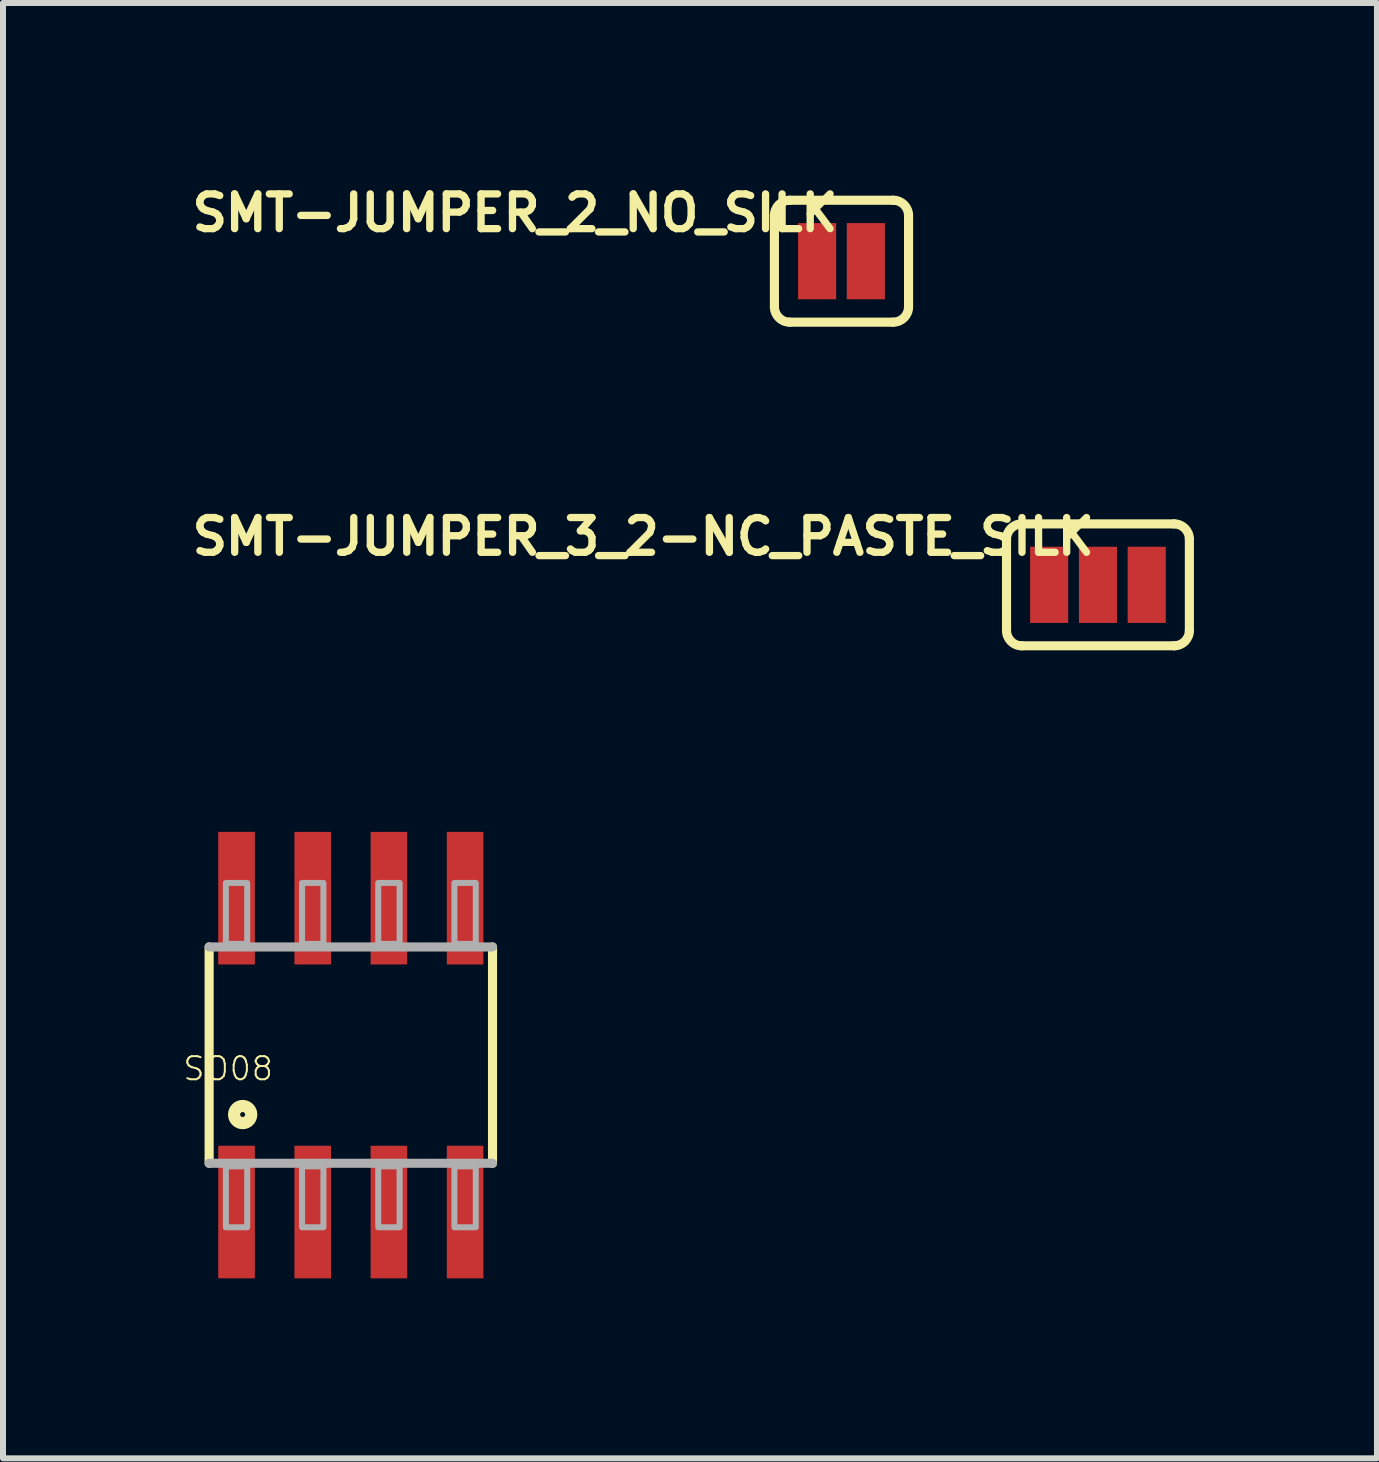
<source format=kicad_pcb>
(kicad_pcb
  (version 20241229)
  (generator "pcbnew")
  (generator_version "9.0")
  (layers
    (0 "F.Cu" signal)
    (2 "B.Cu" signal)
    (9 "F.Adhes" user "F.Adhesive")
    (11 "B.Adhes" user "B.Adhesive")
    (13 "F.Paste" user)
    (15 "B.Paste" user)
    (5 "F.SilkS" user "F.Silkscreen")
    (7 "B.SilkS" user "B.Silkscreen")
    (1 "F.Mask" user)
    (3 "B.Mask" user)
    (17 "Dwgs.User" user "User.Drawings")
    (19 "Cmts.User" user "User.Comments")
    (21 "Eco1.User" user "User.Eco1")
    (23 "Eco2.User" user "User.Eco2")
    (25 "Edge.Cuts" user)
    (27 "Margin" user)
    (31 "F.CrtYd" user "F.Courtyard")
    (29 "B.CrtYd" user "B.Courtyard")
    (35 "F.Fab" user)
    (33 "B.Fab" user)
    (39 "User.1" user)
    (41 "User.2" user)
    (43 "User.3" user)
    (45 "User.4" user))
  (footprint "SO08"
    (layer "F.Cu")
    (at 2.798 14.538)
    (property "Reference" "SO08" (at -1.27 0 0) (layer "F.SilkS") (effects (font (size 0.386 0.386) (thickness 0.033)) (justify right top)))
    (attr through_hole)
    (fp_line (start -2.362 -1.803) (end -2.362 1.803) (stroke (width 0.152) (type solid)) (layer "F.SilkS"))
    (fp_line (start 2.362 1.803) (end 2.362 -1.803) (stroke (width 0.152) (type solid)) (layer "F.SilkS"))
    (fp_circle (center -1.803 0.991) (end -1.66 0.991) (stroke (width 0.203) (type solid)) (fill no) (layer "F.SilkS"))
    (fp_line (start -2.362 1.803) (end 2.362 1.803) (stroke (width 0.152) (type solid)) (layer "F.Fab"))
    (fp_line (start 2.362 -1.803) (end -2.362 -1.803) (stroke (width 0.152) (type solid)) (layer "F.Fab"))
    (fp_poly (pts (xy -2.083 -1.854) (xy -1.727 -1.854) (xy -1.727 -2.87) (xy -2.083 -2.87)) (stroke (width 0.1) (type solid)) (fill no) (layer "F.Fab"))
    (fp_poly (pts (xy -2.083 2.87) (xy -1.727 2.87) (xy -1.727 1.854) (xy -2.083 1.854)) (stroke (width 0.1) (type solid)) (fill no) (layer "F.Fab"))
    (fp_poly (pts (xy -0.813 -1.854) (xy -0.457 -1.854) (xy -0.457 -2.87) (xy -0.813 -2.87)) (stroke (width 0.1) (type solid)) (fill no) (layer "F.Fab"))
    (fp_poly (pts (xy -0.813 2.87) (xy -0.457 2.87) (xy -0.457 1.854) (xy -0.813 1.854)) (stroke (width 0.1) (type solid)) (fill no) (layer "F.Fab"))
    (fp_poly (pts (xy 0.457 -1.854) (xy 0.813 -1.854) (xy 0.813 -2.87) (xy 0.457 -2.87)) (stroke (width 0.1) (type solid)) (fill no) (layer "F.Fab"))
    (fp_poly (pts (xy 0.457 2.87) (xy 0.813 2.87) (xy 0.813 1.854) (xy 0.457 1.854)) (stroke (width 0.1) (type solid)) (fill no) (layer "F.Fab"))
    (fp_poly (pts (xy 1.727 -1.854) (xy 2.083 -1.854) (xy 2.083 -2.87) (xy 1.727 -2.87)) (stroke (width 0.1) (type solid)) (fill no) (layer "F.Fab"))
    (fp_poly (pts (xy 1.727 2.87) (xy 2.083 2.87) (xy 2.083 1.854) (xy 1.727 1.854)) (stroke (width 0.1) (type solid)) (fill no) (layer "F.Fab"))
    (pad "1" smd rect (at -1.905 2.616) (size 0.61 2.21) (layers "F.Cu" "F.Mask" "F.Paste"))
    (pad "2" smd rect (at -0.635 2.616) (size 0.61 2.21) (layers "F.Cu" "F.Mask" "F.Paste"))
    (pad "3" smd rect (at 0.635 2.616) (size 0.61 2.21) (layers "F.Cu" "F.Mask" "F.Paste"))
    (pad "4" smd rect (at 1.905 2.616) (size 0.61 2.21) (layers "F.Cu" "F.Mask" "F.Paste"))
    (pad "5" smd rect (at 1.905 -2.616) (size 0.61 2.21) (layers "F.Cu" "F.Mask" "F.Paste"))
    (pad "6" smd rect (at 0.635 -2.616) (size 0.61 2.21) (layers "F.Cu" "F.Mask" "F.Paste"))
    (pad "7" smd rect (at -0.635 -2.616) (size 0.61 2.21) (layers "F.Cu" "F.Mask" "F.Paste"))
    (pad "8" smd rect (at -1.905 -2.616) (size 0.61 2.21) (layers "F.Cu" "F.Mask" "F.Paste")))
  (footprint "SMT-JUMPER_2_NO_SILK"
    (layer "F.Cu")
    (at 10.977 1.304)
    (property "Reference" "SMT-JUMPER_2_NO_SILK" (at 0 -1.143 0) (layer "F.SilkS") (effects (font (size 0.579 0.579) (thickness 0.122)) (justify right top)))
    (attr through_hole)
    (fp_line (start -1.118 0.762) (end -1.118 -0.762) (stroke (width 0.152) (type solid)) (layer "F.SilkS"))
    (fp_line (start -0.864 -1.016) (end 0.864 -1.016) (stroke (width 0.152) (type solid)) (layer "F.SilkS"))
    (fp_line (start 0.864 1.016) (end -0.864 1.016) (stroke (width 0.152) (type solid)) (layer "F.SilkS"))
    (fp_line (start 1.118 0.762) (end 1.118 -0.762) (stroke (width 0.152) (type solid)) (layer "F.SilkS"))
    (fp_arc (start -1.1176 -0.762) (mid -1.043205 -0.941605) (end -0.8636 -1.016) (stroke (width 0.1524) (type solid)) (layer "F.SilkS"))
    (fp_arc (start -0.8636 1.016) (mid -1.043205 0.941605) (end -1.1176 0.762) (stroke (width 0.1524) (type solid)) (layer "F.SilkS"))
    (fp_arc (start 0.8636 -1.016) (mid 1.043205 -0.941605) (end 1.1176 -0.762) (stroke (width 0.1524) (type solid)) (layer "F.SilkS"))
    (fp_arc (start 1.1176 0.762) (mid 1.043205 0.941605) (end 0.8636 1.016) (stroke (width 0.1524) (type solid)) (layer "F.SilkS"))
    (pad "1" smd rect (at -0.406 0) (size 0.635 1.27) (layers "F.Cu" "F.Mask"))
    (pad "2" smd rect (at 0.406 0) (size 0.635 1.27) (layers "F.Cu" "F.Mask")))
  (footprint "SMT-JUMPER_3_2-NC_PASTE_SILK"
    (layer "F.Cu")
    (at 15.252 6.699)
    (property "Reference" "SMT-JUMPER_3_2-NC_PASTE_SILK" (at 0 -1.143 0) (layer "F.SilkS") (effects (font (size 0.579 0.579) (thickness 0.122)) (justify right top)))
    (attr through_hole)
    (fp_line (start -1.524 0.762) (end -1.524 -0.762) (stroke (width 0.152) (type solid)) (layer "F.SilkS"))
    (fp_line (start -1.27 -1.016) (end 1.27 -1.016) (stroke (width 0.152) (type solid)) (layer "F.SilkS"))
    (fp_line (start 1.27 1.016) (end -1.27 1.016) (stroke (width 0.152) (type solid)) (layer "F.SilkS"))
    (fp_line (start 1.524 0.762) (end 1.524 -0.762) (stroke (width 0.152) (type solid)) (layer "F.SilkS"))
    (fp_arc (start -1.524 -0.762) (mid -1.449605 -0.941605) (end -1.27 -1.016) (stroke (width 0.1524) (type solid)) (layer "F.SilkS"))
    (fp_arc (start -1.27 1.016) (mid -1.449605 0.941605) (end -1.524 0.762) (stroke (width 0.1524) (type solid)) (layer "F.SilkS"))
    (fp_arc (start 1.27 -1.016) (mid 1.449605 -0.941605) (end 1.524 -0.762) (stroke (width 0.1524) (type solid)) (layer "F.SilkS"))
    (fp_arc (start 1.524 0.762) (mid 1.449605 0.941605) (end 1.27 1.016) (stroke (width 0.1524) (type solid)) (layer "F.SilkS"))
    (fp_poly (pts (xy -1.651 1.118) (xy 1.651 1.118) (xy 1.651 -1.118) (xy -1.651 -1.118)) (stroke (width 0) (type solid)) (fill yes) (layer "F.Paste"))
    (pad "1" smd rect (at -0.813 0) (size 0.635 1.27) (layers "F.Cu" "F.Mask"))
    (pad "2" smd rect (at 0 0) (size 0.635 1.27) (layers "F.Cu" "F.Mask"))
    (pad "3" smd rect (at 0.813 0) (size 0.635 1.27) (layers "F.Cu" "F.Mask")))
  (gr_rect
    (start -3 -3)
    (end 19.903 21.259)
    (stroke (width 0.1) (type default))
    (fill no)
    (layer "Edge.Cuts")))
</source>
